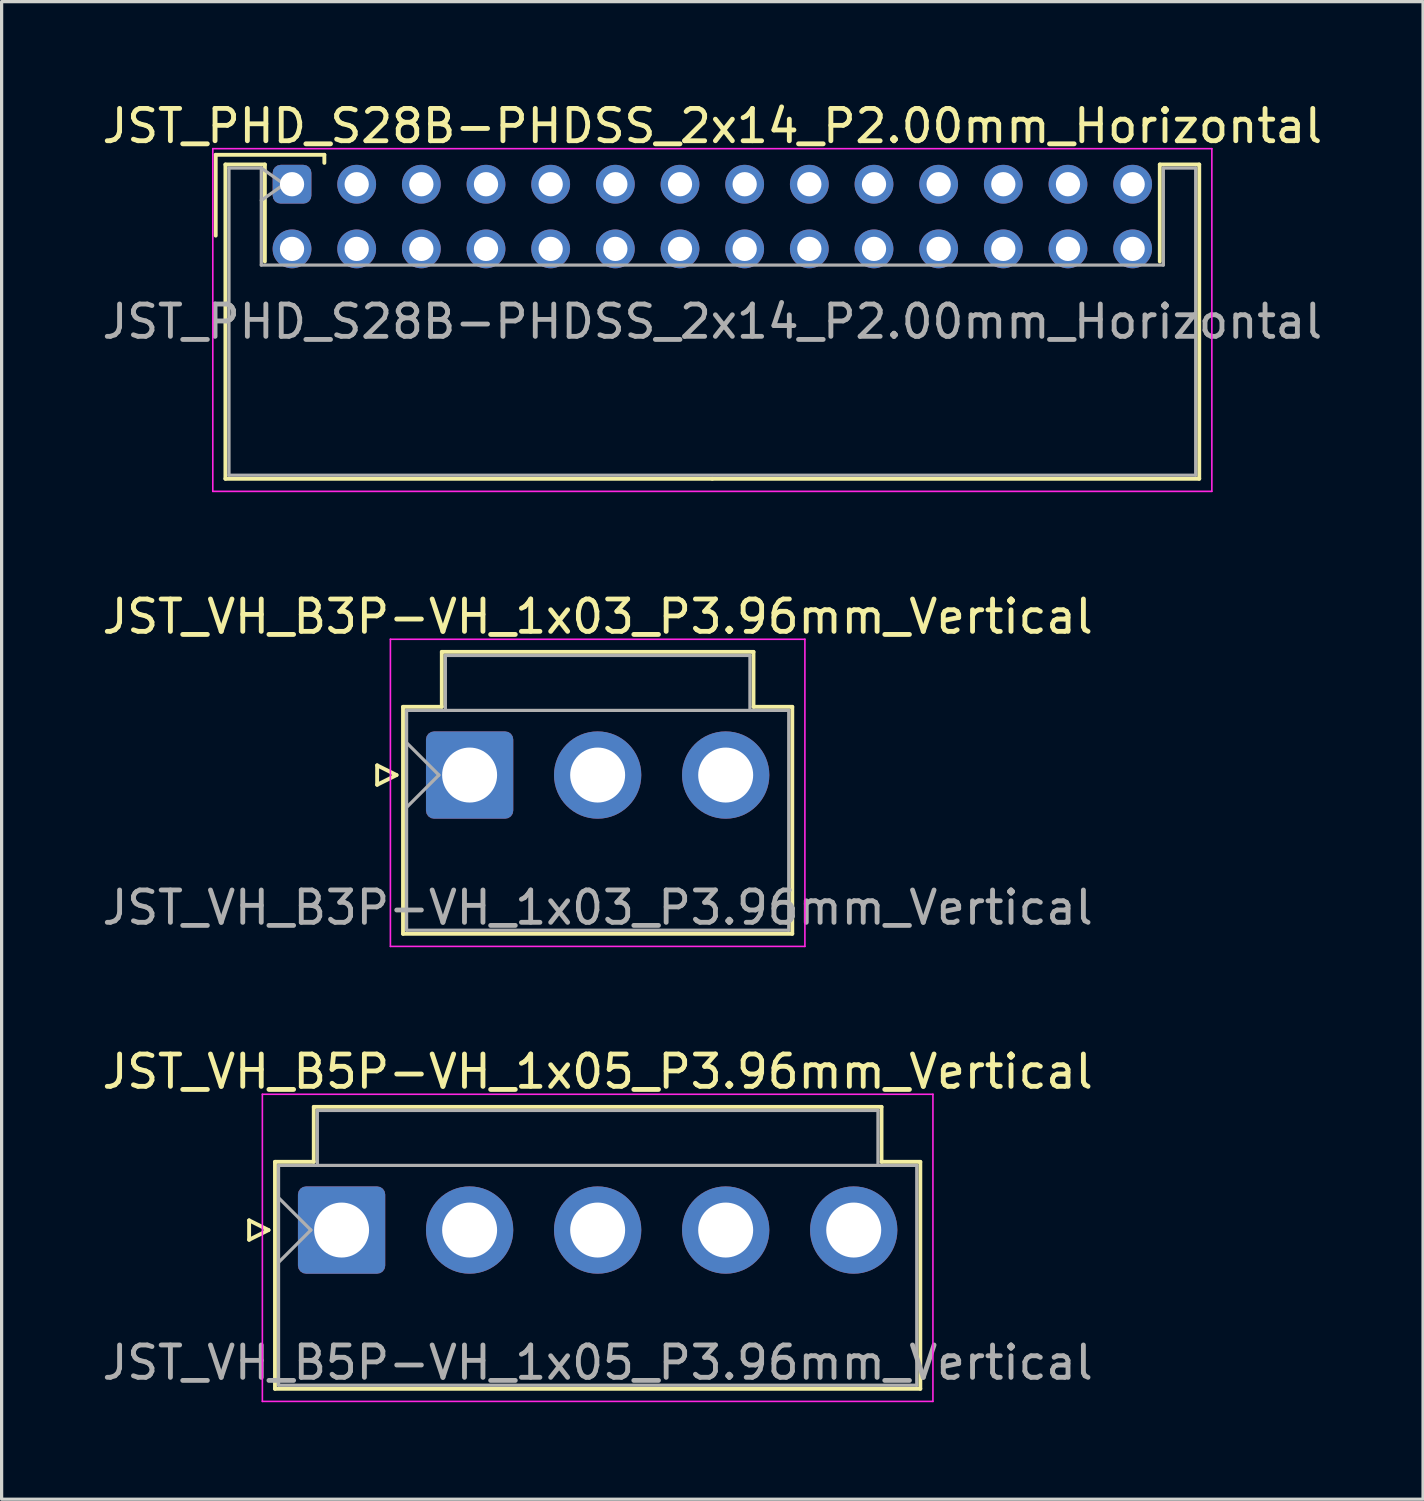
<source format=kicad_pcb>
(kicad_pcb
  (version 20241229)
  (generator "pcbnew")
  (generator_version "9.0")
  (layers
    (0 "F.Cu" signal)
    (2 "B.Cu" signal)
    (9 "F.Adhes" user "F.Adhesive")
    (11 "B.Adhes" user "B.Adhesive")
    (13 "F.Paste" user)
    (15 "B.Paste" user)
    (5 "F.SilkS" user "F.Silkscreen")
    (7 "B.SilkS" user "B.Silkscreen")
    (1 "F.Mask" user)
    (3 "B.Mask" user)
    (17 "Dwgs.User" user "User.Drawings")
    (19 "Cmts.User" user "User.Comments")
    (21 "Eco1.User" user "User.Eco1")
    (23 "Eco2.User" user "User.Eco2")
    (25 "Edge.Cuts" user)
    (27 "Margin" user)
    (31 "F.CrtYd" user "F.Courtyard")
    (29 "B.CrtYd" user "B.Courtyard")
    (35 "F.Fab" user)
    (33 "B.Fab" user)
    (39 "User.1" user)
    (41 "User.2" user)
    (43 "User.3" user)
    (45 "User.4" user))
  (footprint "JST_VH_B3P-VH_1x03_P3.96mm_Vertical"
    (layer "F.Cu")
    (at 11.475 20.922)
    (property "Reference" "JST_VH_B3P-VH_1x03_P3.96mm_Vertical" (at 3.96 -4.9 0) (layer "F.SilkS") (effects (font (size 1 1) (thickness 0.15))))
    (attr through_hole)
    (fp_line (start -2.86 -0.3) (end -2.26 0) (stroke (width 0.12) (type solid)) (layer "F.SilkS"))
    (fp_line (start -2.86 0.3) (end -2.86 -0.3) (stroke (width 0.12) (type solid)) (layer "F.SilkS"))
    (fp_line (start -2.26 0) (end -2.86 0.3) (stroke (width 0.12) (type solid)) (layer "F.SilkS"))
    (fp_line (start -2.06 -2.11) (end -0.86 -2.11) (stroke (width 0.12) (type solid)) (layer "F.SilkS"))
    (fp_line (start -2.06 4.91) (end -2.06 -2.11) (stroke (width 0.12) (type solid)) (layer "F.SilkS"))
    (fp_line (start -0.86 -3.81) (end 8.78 -3.81) (stroke (width 0.12) (type solid)) (layer "F.SilkS"))
    (fp_line (start -0.86 -2.11) (end -0.86 -3.81) (stroke (width 0.12) (type solid)) (layer "F.SilkS"))
    (fp_line (start 8.78 -3.81) (end 8.78 -2.11) (stroke (width 0.12) (type solid)) (layer "F.SilkS"))
    (fp_line (start 8.78 -2.11) (end 9.98 -2.11) (stroke (width 0.12) (type solid)) (layer "F.SilkS"))
    (fp_line (start 9.98 -2.11) (end 9.98 4.91) (stroke (width 0.12) (type solid)) (layer "F.SilkS"))
    (fp_line (start 9.98 4.91) (end -2.06 4.91) (stroke (width 0.12) (type solid)) (layer "F.SilkS"))
    (fp_line (start -2.45 -4.2) (end -2.45 5.3) (stroke (width 0.05) (type solid)) (layer "F.CrtYd"))
    (fp_line (start -2.45 5.3) (end 10.37 5.3) (stroke (width 0.05) (type solid)) (layer "F.CrtYd"))
    (fp_line (start 10.37 -4.2) (end -2.45 -4.2) (stroke (width 0.05) (type solid)) (layer "F.CrtYd"))
    (fp_line (start 10.37 5.3) (end 10.37 -4.2) (stroke (width 0.05) (type solid)) (layer "F.CrtYd"))
    (fp_line (start -1.95 -2) (end -1.95 4.8) (stroke (width 0.1) (type solid)) (layer "F.Fab"))
    (fp_line (start -1.95 -1) (end -0.95 0) (stroke (width 0.1) (type solid)) (layer "F.Fab"))
    (fp_line (start -1.95 1) (end -0.95 0) (stroke (width 0.1) (type solid)) (layer "F.Fab"))
    (fp_line (start -1.95 4.8) (end 9.87 4.8) (stroke (width 0.1) (type solid)) (layer "F.Fab"))
    (fp_line (start -0.75 -3.7) (end 8.67 -3.7) (stroke (width 0.1) (type solid)) (layer "F.Fab"))
    (fp_line (start -0.75 -2) (end -0.75 -3.7) (stroke (width 0.1) (type solid)) (layer "F.Fab"))
    (fp_line (start 8.67 -3.7) (end 8.67 -2) (stroke (width 0.1) (type solid)) (layer "F.Fab"))
    (fp_line (start 9.87 -2) (end -1.95 -2) (stroke (width 0.1) (type solid)) (layer "F.Fab"))
    (fp_line (start 9.87 4.8) (end 9.87 -2) (stroke (width 0.1) (type solid)) (layer "F.Fab"))
    (fp_text user "${REFERENCE}" (at 3.96 4.1 0) (layer "F.Fab") (effects (font (size 1 1) (thickness 0.15))))
    (pad "1" thru_hole roundrect (at 0 0) (size 2.7 2.7) (drill 1.7) (layers "*.Cu" "*.Mask") (roundrect_rratio 0.093))
    (pad "2" thru_hole circle (at 3.96 0) (size 2.7 2.7) (drill 1.7) (layers "*.Cu" "*.Mask"))
    (pad "3" thru_hole circle (at 7.92 0) (size 2.7 2.7) (drill 1.7) (layers "*.Cu" "*.Mask")))
  (footprint "JST_VH_B5P-VH_1x05_P3.96mm_Vertical"
    (layer "F.Cu")
    (at 7.515 34.995)
    (property "Reference" "JST_VH_B5P-VH_1x05_P3.96mm_Vertical" (at 7.92 -4.9 0) (layer "F.SilkS") (effects (font (size 1 1) (thickness 0.15))))
    (attr through_hole)
    (fp_line (start -2.86 -0.3) (end -2.26 0) (stroke (width 0.12) (type solid)) (layer "F.SilkS"))
    (fp_line (start -2.86 0.3) (end -2.86 -0.3) (stroke (width 0.12) (type solid)) (layer "F.SilkS"))
    (fp_line (start -2.26 0) (end -2.86 0.3) (stroke (width 0.12) (type solid)) (layer "F.SilkS"))
    (fp_line (start -2.06 -2.11) (end -0.86 -2.11) (stroke (width 0.12) (type solid)) (layer "F.SilkS"))
    (fp_line (start -2.06 4.91) (end -2.06 -2.11) (stroke (width 0.12) (type solid)) (layer "F.SilkS"))
    (fp_line (start -0.86 -3.81) (end 16.7 -3.81) (stroke (width 0.12) (type solid)) (layer "F.SilkS"))
    (fp_line (start -0.86 -2.11) (end -0.86 -3.81) (stroke (width 0.12) (type solid)) (layer "F.SilkS"))
    (fp_line (start 16.7 -3.81) (end 16.7 -2.11) (stroke (width 0.12) (type solid)) (layer "F.SilkS"))
    (fp_line (start 16.7 -2.11) (end 17.9 -2.11) (stroke (width 0.12) (type solid)) (layer "F.SilkS"))
    (fp_line (start 17.9 -2.11) (end 17.9 4.91) (stroke (width 0.12) (type solid)) (layer "F.SilkS"))
    (fp_line (start 17.9 4.91) (end -2.06 4.91) (stroke (width 0.12) (type solid)) (layer "F.SilkS"))
    (fp_line (start -2.45 -4.2) (end -2.45 5.3) (stroke (width 0.05) (type solid)) (layer "F.CrtYd"))
    (fp_line (start -2.45 5.3) (end 18.29 5.3) (stroke (width 0.05) (type solid)) (layer "F.CrtYd"))
    (fp_line (start 18.29 -4.2) (end -2.45 -4.2) (stroke (width 0.05) (type solid)) (layer "F.CrtYd"))
    (fp_line (start 18.29 5.3) (end 18.29 -4.2) (stroke (width 0.05) (type solid)) (layer "F.CrtYd"))
    (fp_line (start -1.95 -2) (end -1.95 4.8) (stroke (width 0.1) (type solid)) (layer "F.Fab"))
    (fp_line (start -1.95 -1) (end -0.95 0) (stroke (width 0.1) (type solid)) (layer "F.Fab"))
    (fp_line (start -1.95 1) (end -0.95 0) (stroke (width 0.1) (type solid)) (layer "F.Fab"))
    (fp_line (start -1.95 4.8) (end 17.79 4.8) (stroke (width 0.1) (type solid)) (layer "F.Fab"))
    (fp_line (start -0.75 -3.7) (end 16.59 -3.7) (stroke (width 0.1) (type solid)) (layer "F.Fab"))
    (fp_line (start -0.75 -2) (end -0.75 -3.7) (stroke (width 0.1) (type solid)) (layer "F.Fab"))
    (fp_line (start 16.59 -3.7) (end 16.59 -2) (stroke (width 0.1) (type solid)) (layer "F.Fab"))
    (fp_line (start 17.79 -2) (end -1.95 -2) (stroke (width 0.1) (type solid)) (layer "F.Fab"))
    (fp_line (start 17.79 4.8) (end 17.79 -2) (stroke (width 0.1) (type solid)) (layer "F.Fab"))
    (fp_text user "${REFERENCE}" (at 7.92 4.1 0) (layer "F.Fab") (effects (font (size 1 1) (thickness 0.15))))
    (pad "1" thru_hole roundrect (at 0 0) (size 2.7 2.7) (drill 1.7) (layers "*.Cu" "*.Mask") (roundrect_rratio 0.093))
    (pad "2" thru_hole circle (at 3.96 0) (size 2.7 2.7) (drill 1.7) (layers "*.Cu" "*.Mask"))
    (pad "3" thru_hole circle (at 7.92 0) (size 2.7 2.7) (drill 1.7) (layers "*.Cu" "*.Mask"))
    (pad "4" thru_hole circle (at 11.88 0) (size 2.7 2.7) (drill 1.7) (layers "*.Cu" "*.Mask"))
    (pad "5" thru_hole circle (at 15.84 0) (size 2.7 2.7) (drill 1.7) (layers "*.Cu" "*.Mask")))
  (footprint "JST_PHD_S28B-PHDSS_2x14_P2.00mm_Horizontal"
    (layer "F.Cu")
    (at 5.982 2.648)
    (property "Reference" "JST_PHD_S28B-PHDSS_2x14_P2.00mm_Horizontal" (at 13 -1.8 0) (layer "F.SilkS") (effects (font (size 1 1) (thickness 0.15))))
    (attr through_hole)
    (fp_line (start -2.36 -0.91) (end -2.36 1.59) (stroke (width 0.12) (type solid)) (layer "F.SilkS"))
    (fp_line (start -2.06 -0.61) (end -2.06 9.11) (stroke (width 0.12) (type solid)) (layer "F.SilkS"))
    (fp_line (start -2.06 9.11) (end 13 9.11) (stroke (width 0.12) (type solid)) (layer "F.SilkS"))
    (fp_line (start -0.84 -0.61) (end -2.06 -0.61) (stroke (width 0.12) (type solid)) (layer "F.SilkS"))
    (fp_line (start -0.84 2.39) (end -0.84 -0.61) (stroke (width 0.12) (type solid)) (layer "F.SilkS"))
    (fp_line (start 1 -0.91) (end -2.36 -0.91) (stroke (width 0.12) (type solid)) (layer "F.SilkS"))
    (fp_line (start 1 -0.66) (end 1 -0.91) (stroke (width 0.12) (type solid)) (layer "F.SilkS"))
    (fp_line (start 26.84 -0.61) (end 28.06 -0.61) (stroke (width 0.12) (type solid)) (layer "F.SilkS"))
    (fp_line (start 26.84 2.39) (end 26.84 -0.61) (stroke (width 0.12) (type solid)) (layer "F.SilkS"))
    (fp_line (start 28.06 -0.61) (end 28.06 9.11) (stroke (width 0.12) (type solid)) (layer "F.SilkS"))
    (fp_line (start 28.06 9.11) (end 13 9.11) (stroke (width 0.12) (type solid)) (layer "F.SilkS"))
    (fp_line (start -2.45 -1.1) (end -2.45 9.5) (stroke (width 0.05) (type solid)) (layer "F.CrtYd"))
    (fp_line (start -2.45 9.5) (end 28.45 9.5) (stroke (width 0.05) (type solid)) (layer "F.CrtYd"))
    (fp_line (start 28.45 -1.1) (end -2.45 -1.1) (stroke (width 0.05) (type solid)) (layer "F.CrtYd"))
    (fp_line (start 28.45 9.5) (end 28.45 -1.1) (stroke (width 0.05) (type solid)) (layer "F.CrtYd"))
    (fp_line (start -1.95 -0.5) (end -0.95 -0.5) (stroke (width 0.1) (type solid)) (layer "F.Fab"))
    (fp_line (start -1.95 9) (end -1.95 -0.5) (stroke (width 0.1) (type solid)) (layer "F.Fab"))
    (fp_line (start -0.95 -0.5) (end -0.95 2.5) (stroke (width 0.1) (type solid)) (layer "F.Fab"))
    (fp_line (start -0.95 -0.5) (end -0.243 0) (stroke (width 0.1) (type solid)) (layer "F.Fab"))
    (fp_line (start -0.95 2.5) (end 26.95 2.5) (stroke (width 0.1) (type solid)) (layer "F.Fab"))
    (fp_line (start -0.243 0) (end -0.95 0.5) (stroke (width 0.1) (type solid)) (layer "F.Fab"))
    (fp_line (start 26.95 -0.5) (end 27.95 -0.5) (stroke (width 0.1) (type solid)) (layer "F.Fab"))
    (fp_line (start 26.95 2.5) (end 26.95 -0.5) (stroke (width 0.1) (type solid)) (layer "F.Fab"))
    (fp_line (start 27.95 -0.5) (end 27.95 9) (stroke (width 0.1) (type solid)) (layer "F.Fab"))
    (fp_line (start 27.95 9) (end -1.95 9) (stroke (width 0.1) (type solid)) (layer "F.Fab"))
    (fp_text user "${REFERENCE}" (at 13 4.25 0) (layer "F.Fab") (effects (font (size 1 1) (thickness 0.15))))
    (pad "1" thru_hole roundrect (at 0 0) (size 1.2 1.2) (drill 0.75) (layers "*.Cu" "*.Mask") (roundrect_rratio 0.208))
    (pad "2" thru_hole circle (at 0 2) (size 1.2 1.2) (drill 0.75) (layers "*.Cu" "*.Mask"))
    (pad "3" thru_hole circle (at 2 0) (size 1.2 1.2) (drill 0.75) (layers "*.Cu" "*.Mask"))
    (pad "4" thru_hole circle (at 2 2) (size 1.2 1.2) (drill 0.75) (layers "*.Cu" "*.Mask"))
    (pad "5" thru_hole circle (at 4 0) (size 1.2 1.2) (drill 0.75) (layers "*.Cu" "*.Mask"))
    (pad "6" thru_hole circle (at 4 2) (size 1.2 1.2) (drill 0.75) (layers "*.Cu" "*.Mask"))
    (pad "7" thru_hole circle (at 6 0) (size 1.2 1.2) (drill 0.75) (layers "*.Cu" "*.Mask"))
    (pad "8" thru_hole circle (at 6 2) (size 1.2 1.2) (drill 0.75) (layers "*.Cu" "*.Mask"))
    (pad "9" thru_hole circle (at 8 0) (size 1.2 1.2) (drill 0.75) (layers "*.Cu" "*.Mask"))
    (pad "10" thru_hole circle (at 8 2) (size 1.2 1.2) (drill 0.75) (layers "*.Cu" "*.Mask"))
    (pad "11" thru_hole circle (at 10 0) (size 1.2 1.2) (drill 0.75) (layers "*.Cu" "*.Mask"))
    (pad "12" thru_hole circle (at 10 2) (size 1.2 1.2) (drill 0.75) (layers "*.Cu" "*.Mask"))
    (pad "13" thru_hole circle (at 12 0) (size 1.2 1.2) (drill 0.75) (layers "*.Cu" "*.Mask"))
    (pad "14" thru_hole circle (at 12 2) (size 1.2 1.2) (drill 0.75) (layers "*.Cu" "*.Mask"))
    (pad "15" thru_hole circle (at 14 0) (size 1.2 1.2) (drill 0.75) (layers "*.Cu" "*.Mask"))
    (pad "16" thru_hole circle (at 14 2) (size 1.2 1.2) (drill 0.75) (layers "*.Cu" "*.Mask"))
    (pad "17" thru_hole circle (at 16 0) (size 1.2 1.2) (drill 0.75) (layers "*.Cu" "*.Mask"))
    (pad "18" thru_hole circle (at 16 2) (size 1.2 1.2) (drill 0.75) (layers "*.Cu" "*.Mask"))
    (pad "19" thru_hole circle (at 18 0) (size 1.2 1.2) (drill 0.75) (layers "*.Cu" "*.Mask"))
    (pad "20" thru_hole circle (at 18 2) (size 1.2 1.2) (drill 0.75) (layers "*.Cu" "*.Mask"))
    (pad "21" thru_hole circle (at 20 0) (size 1.2 1.2) (drill 0.75) (layers "*.Cu" "*.Mask"))
    (pad "22" thru_hole circle (at 20 2) (size 1.2 1.2) (drill 0.75) (layers "*.Cu" "*.Mask"))
    (pad "23" thru_hole circle (at 22 0) (size 1.2 1.2) (drill 0.75) (layers "*.Cu" "*.Mask"))
    (pad "24" thru_hole circle (at 22 2) (size 1.2 1.2) (drill 0.75) (layers "*.Cu" "*.Mask"))
    (pad "25" thru_hole circle (at 24 0) (size 1.2 1.2) (drill 0.75) (layers "*.Cu" "*.Mask"))
    (pad "26" thru_hole circle (at 24 2) (size 1.2 1.2) (drill 0.75) (layers "*.Cu" "*.Mask"))
    (pad "27" thru_hole circle (at 26 0) (size 1.2 1.2) (drill 0.75) (layers "*.Cu" "*.Mask"))
    (pad "28" thru_hole circle (at 26 2) (size 1.2 1.2) (drill 0.75) (layers "*.Cu" "*.Mask")))
  (gr_rect
    (start -3 -3)
    (end 40.964 43.32)
    (stroke (width 0.1) (type default))
    (fill no)
    (layer "Edge.Cuts")))
</source>
